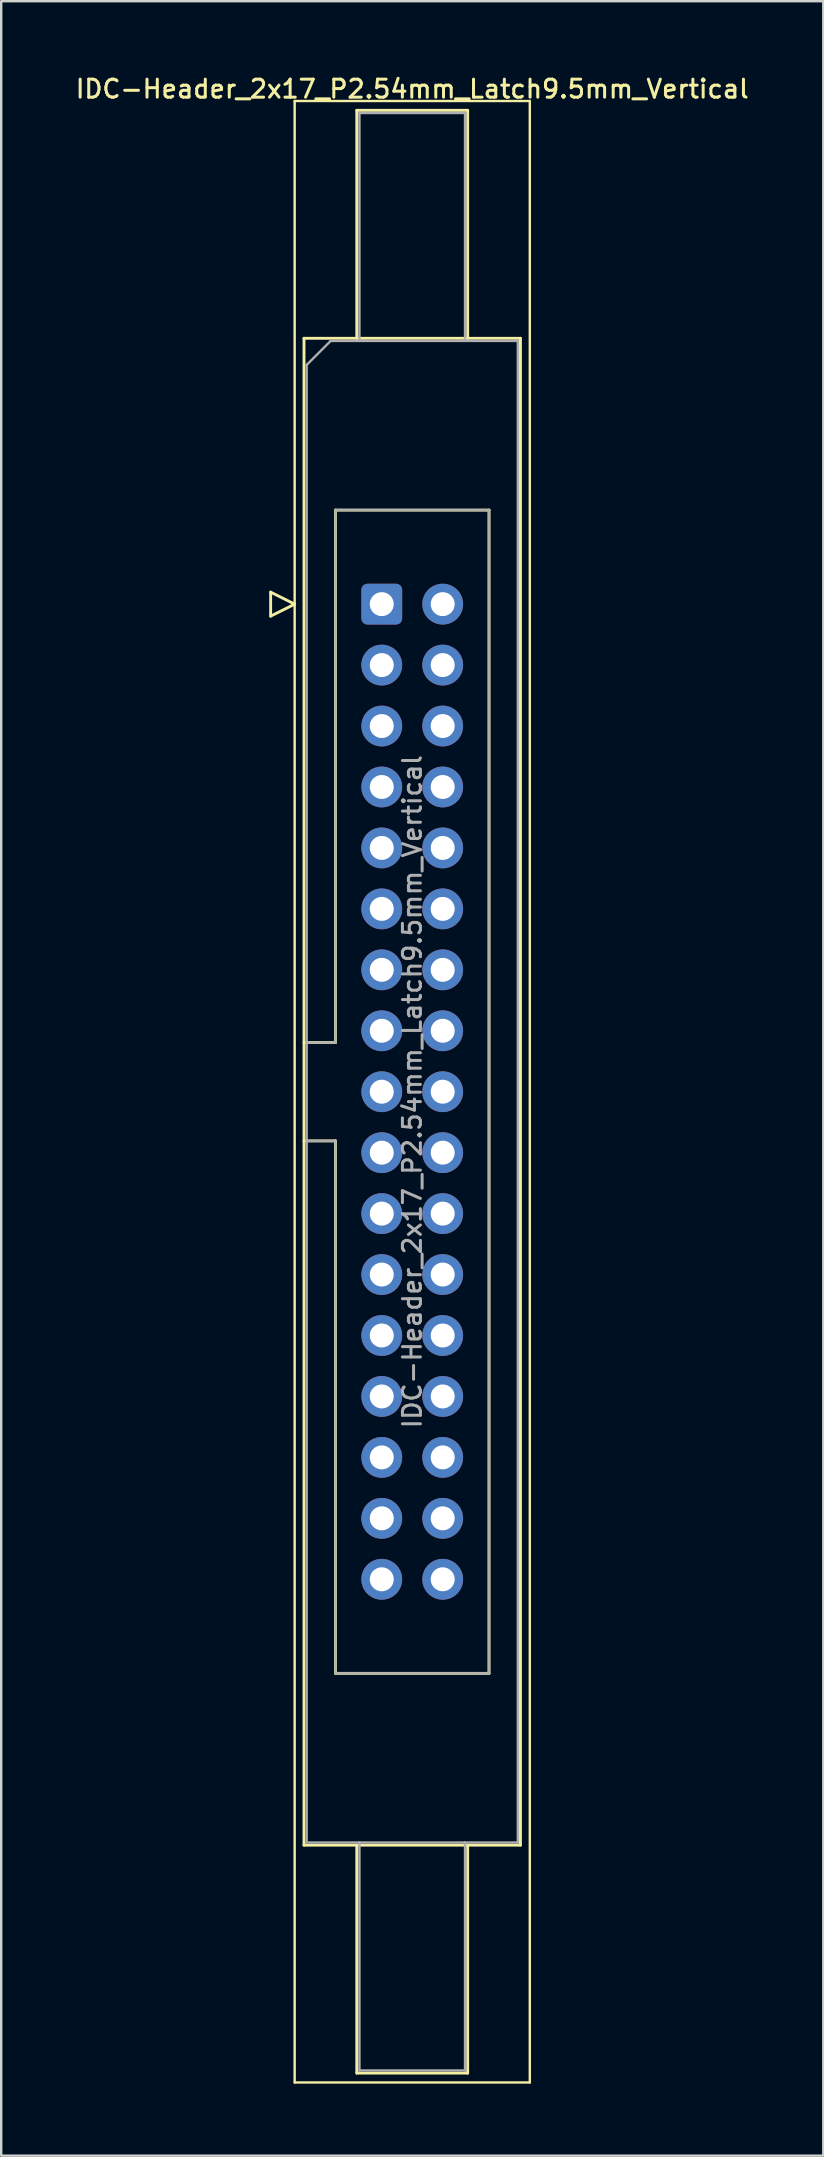
<source format=kicad_pcb>
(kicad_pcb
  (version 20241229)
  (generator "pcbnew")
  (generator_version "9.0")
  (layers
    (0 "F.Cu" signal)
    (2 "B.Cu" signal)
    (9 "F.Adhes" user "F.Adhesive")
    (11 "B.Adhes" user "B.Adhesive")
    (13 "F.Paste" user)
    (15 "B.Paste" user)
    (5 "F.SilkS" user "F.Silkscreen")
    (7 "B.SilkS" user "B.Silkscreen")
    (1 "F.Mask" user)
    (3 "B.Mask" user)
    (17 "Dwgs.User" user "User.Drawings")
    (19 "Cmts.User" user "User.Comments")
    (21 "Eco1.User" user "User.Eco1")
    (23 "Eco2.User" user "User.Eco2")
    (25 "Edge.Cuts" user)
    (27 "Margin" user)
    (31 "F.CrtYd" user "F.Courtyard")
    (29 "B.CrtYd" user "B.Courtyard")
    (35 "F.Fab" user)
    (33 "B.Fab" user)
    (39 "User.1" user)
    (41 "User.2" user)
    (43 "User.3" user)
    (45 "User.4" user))
  (footprint "IDC-Header_2x17_P2.54mm_Latch9.5mm_Vertical"
    (layer "F.Cu")
    (at 12.86 22.128)
    (property "Reference" "IDC-Header_2x17_P2.54mm_Latch9.5mm_Vertical" (at 1.27 -21.47 0) (layer "F.SilkS") (effects (font (size 0.75 0.75) (thickness 0.125))))
    (attr through_hole)
    (fp_line (start -4.63 -0.5) (end -4.63 0.5) (stroke (width 0.12) (type solid)) (layer "F.SilkS"))
    (fp_line (start -4.63 0.5) (end -3.63 0) (stroke (width 0.12) (type solid)) (layer "F.SilkS"))
    (fp_line (start -3.63 -20.97) (end -3.63 61.61) (stroke (width 0.1) (type solid)) (layer "F.SilkS"))
    (fp_line (start -3.63 0) (end -4.63 -0.5) (stroke (width 0.12) (type solid)) (layer "F.SilkS"))
    (fp_line (start -3.63 61.61) (end 6.17 61.61) (stroke (width 0.1) (type solid)) (layer "F.SilkS"))
    (fp_line (start -3.24 -11.08) (end 5.78 -11.08) (stroke (width 0.12) (type solid)) (layer "F.SilkS"))
    (fp_line (start -3.24 18.27) (end -1.93 18.27) (stroke (width 0.12) (type solid)) (layer "F.SilkS"))
    (fp_line (start -3.24 51.72) (end -3.24 -11.08) (stroke (width 0.12) (type solid)) (layer "F.SilkS"))
    (fp_line (start -1.93 -3.92) (end 4.47 -3.92) (stroke (width 0.12) (type solid)) (layer "F.SilkS"))
    (fp_line (start -1.93 18.27) (end -1.93 -3.92) (stroke (width 0.12) (type solid)) (layer "F.SilkS"))
    (fp_line (start -1.93 22.37) (end -3.24 22.37) (stroke (width 0.12) (type solid)) (layer "F.SilkS"))
    (fp_line (start -1.93 22.37) (end -1.93 22.37) (stroke (width 0.12) (type solid)) (layer "F.SilkS"))
    (fp_line (start -1.93 44.56) (end -1.93 22.37) (stroke (width 0.12) (type solid)) (layer "F.SilkS"))
    (fp_line (start -1.04 -20.58) (end 3.58 -20.58) (stroke (width 0.12) (type solid)) (layer "F.SilkS"))
    (fp_line (start -1.04 -11.08) (end -1.04 -20.58) (stroke (width 0.12) (type solid)) (layer "F.SilkS"))
    (fp_line (start -1.04 51.72) (end -1.04 61.22) (stroke (width 0.12) (type solid)) (layer "F.SilkS"))
    (fp_line (start -1.04 61.22) (end 3.58 61.22) (stroke (width 0.12) (type solid)) (layer "F.SilkS"))
    (fp_line (start 3.58 -20.58) (end 3.58 -11.08) (stroke (width 0.12) (type solid)) (layer "F.SilkS"))
    (fp_line (start 3.58 61.22) (end 3.58 51.72) (stroke (width 0.12) (type solid)) (layer "F.SilkS"))
    (fp_line (start 4.47 -3.92) (end 4.47 44.56) (stroke (width 0.12) (type solid)) (layer "F.SilkS"))
    (fp_line (start 4.47 44.56) (end -1.93 44.56) (stroke (width 0.12) (type solid)) (layer "F.SilkS"))
    (fp_line (start 5.78 -11.08) (end 5.78 51.72) (stroke (width 0.12) (type solid)) (layer "F.SilkS"))
    (fp_line (start 5.78 51.72) (end -3.24 51.72) (stroke (width 0.12) (type solid)) (layer "F.SilkS"))
    (fp_line (start 6.17 -20.97) (end -3.63 -20.97) (stroke (width 0.1) (type solid)) (layer "F.SilkS"))
    (fp_line (start 6.17 61.61) (end 6.17 -20.97) (stroke (width 0.1) (type solid)) (layer "F.SilkS"))
    (fp_line (start -3.13 -9.97) (end -2.13 -10.97) (stroke (width 0.1) (type solid)) (layer "F.Fab"))
    (fp_line (start -3.13 18.27) (end -1.93 18.27) (stroke (width 0.1) (type solid)) (layer "F.Fab"))
    (fp_line (start -3.13 51.61) (end -3.13 -9.97) (stroke (width 0.1) (type solid)) (layer "F.Fab"))
    (fp_line (start -2.13 -10.97) (end 5.67 -10.97) (stroke (width 0.1) (type solid)) (layer "F.Fab"))
    (fp_line (start -1.93 -3.92) (end 4.47 -3.92) (stroke (width 0.1) (type solid)) (layer "F.Fab"))
    (fp_line (start -1.93 18.27) (end -1.93 -3.92) (stroke (width 0.1) (type solid)) (layer "F.Fab"))
    (fp_line (start -1.93 22.37) (end -3.13 22.37) (stroke (width 0.1) (type solid)) (layer "F.Fab"))
    (fp_line (start -1.93 22.37) (end -1.93 22.37) (stroke (width 0.1) (type solid)) (layer "F.Fab"))
    (fp_line (start -1.93 44.56) (end -1.93 22.37) (stroke (width 0.1) (type solid)) (layer "F.Fab"))
    (fp_line (start -0.93 -20.47) (end 3.47 -20.47) (stroke (width 0.1) (type solid)) (layer "F.Fab"))
    (fp_line (start -0.93 -10.97) (end -0.93 -20.47) (stroke (width 0.1) (type solid)) (layer "F.Fab"))
    (fp_line (start -0.93 51.61) (end -0.93 61.11) (stroke (width 0.1) (type solid)) (layer "F.Fab"))
    (fp_line (start -0.93 61.11) (end 3.47 61.11) (stroke (width 0.1) (type solid)) (layer "F.Fab"))
    (fp_line (start 3.47 -20.47) (end 3.47 -10.97) (stroke (width 0.1) (type solid)) (layer "F.Fab"))
    (fp_line (start 3.47 61.11) (end 3.47 51.61) (stroke (width 0.1) (type solid)) (layer "F.Fab"))
    (fp_line (start 4.47 -3.92) (end 4.47 44.56) (stroke (width 0.1) (type solid)) (layer "F.Fab"))
    (fp_line (start 4.47 44.56) (end -1.93 44.56) (stroke (width 0.1) (type solid)) (layer "F.Fab"))
    (fp_line (start 5.67 -10.97) (end 5.67 51.61) (stroke (width 0.1) (type solid)) (layer "F.Fab"))
    (fp_line (start 5.67 51.61) (end -3.13 51.61) (stroke (width 0.1) (type solid)) (layer "F.Fab"))
    (fp_text user "${REFERENCE}" (at 1.27 20.32 90) (layer "F.Fab") (effects (font (size 0.75 0.75) (thickness 0.125))))
    (pad "1" thru_hole roundrect (at 0 0) (size 1.7 1.7) (drill 1) (layers "*.Cu" "*.Mask") (roundrect_rratio 0.147))
    (pad "2" thru_hole circle (at 2.54 0) (size 1.7 1.7) (drill 1) (layers "*.Cu" "*.Mask"))
    (pad "3" thru_hole circle (at 0 2.54) (size 1.7 1.7) (drill 1) (layers "*.Cu" "*.Mask"))
    (pad "4" thru_hole circle (at 2.54 2.54) (size 1.7 1.7) (drill 1) (layers "*.Cu" "*.Mask"))
    (pad "5" thru_hole circle (at 0 5.08) (size 1.7 1.7) (drill 1) (layers "*.Cu" "*.Mask"))
    (pad "6" thru_hole circle (at 2.54 5.08) (size 1.7 1.7) (drill 1) (layers "*.Cu" "*.Mask"))
    (pad "7" thru_hole circle (at 0 7.62) (size 1.7 1.7) (drill 1) (layers "*.Cu" "*.Mask"))
    (pad "8" thru_hole circle (at 2.54 7.62) (size 1.7 1.7) (drill 1) (layers "*.Cu" "*.Mask"))
    (pad "9" thru_hole circle (at 0 10.16) (size 1.7 1.7) (drill 1) (layers "*.Cu" "*.Mask"))
    (pad "10" thru_hole circle (at 2.54 10.16) (size 1.7 1.7) (drill 1) (layers "*.Cu" "*.Mask"))
    (pad "11" thru_hole circle (at 0 12.7) (size 1.7 1.7) (drill 1) (layers "*.Cu" "*.Mask"))
    (pad "12" thru_hole circle (at 2.54 12.7) (size 1.7 1.7) (drill 1) (layers "*.Cu" "*.Mask"))
    (pad "13" thru_hole circle (at 0 15.24) (size 1.7 1.7) (drill 1) (layers "*.Cu" "*.Mask"))
    (pad "14" thru_hole circle (at 2.54 15.24) (size 1.7 1.7) (drill 1) (layers "*.Cu" "*.Mask"))
    (pad "15" thru_hole circle (at 0 17.78) (size 1.7 1.7) (drill 1) (layers "*.Cu" "*.Mask"))
    (pad "16" thru_hole circle (at 2.54 17.78) (size 1.7 1.7) (drill 1) (layers "*.Cu" "*.Mask"))
    (pad "17" thru_hole circle (at 0 20.32) (size 1.7 1.7) (drill 1) (layers "*.Cu" "*.Mask"))
    (pad "18" thru_hole circle (at 2.54 20.32) (size 1.7 1.7) (drill 1) (layers "*.Cu" "*.Mask"))
    (pad "19" thru_hole circle (at 0 22.86) (size 1.7 1.7) (drill 1) (layers "*.Cu" "*.Mask"))
    (pad "20" thru_hole circle (at 2.54 22.86) (size 1.7 1.7) (drill 1) (layers "*.Cu" "*.Mask"))
    (pad "21" thru_hole circle (at 0 25.4) (size 1.7 1.7) (drill 1) (layers "*.Cu" "*.Mask"))
    (pad "22" thru_hole circle (at 2.54 25.4) (size 1.7 1.7) (drill 1) (layers "*.Cu" "*.Mask"))
    (pad "23" thru_hole circle (at 0 27.94) (size 1.7 1.7) (drill 1) (layers "*.Cu" "*.Mask"))
    (pad "24" thru_hole circle (at 2.54 27.94) (size 1.7 1.7) (drill 1) (layers "*.Cu" "*.Mask"))
    (pad "25" thru_hole circle (at 0 30.48) (size 1.7 1.7) (drill 1) (layers "*.Cu" "*.Mask"))
    (pad "26" thru_hole circle (at 2.54 30.48) (size 1.7 1.7) (drill 1) (layers "*.Cu" "*.Mask"))
    (pad "27" thru_hole circle (at 0 33.02) (size 1.7 1.7) (drill 1) (layers "*.Cu" "*.Mask"))
    (pad "28" thru_hole circle (at 2.54 33.02) (size 1.7 1.7) (drill 1) (layers "*.Cu" "*.Mask"))
    (pad "29" thru_hole circle (at 0 35.56) (size 1.7 1.7) (drill 1) (layers "*.Cu" "*.Mask"))
    (pad "30" thru_hole circle (at 2.54 35.56) (size 1.7 1.7) (drill 1) (layers "*.Cu" "*.Mask"))
    (pad "31" thru_hole circle (at 0 38.1) (size 1.7 1.7) (drill 1) (layers "*.Cu" "*.Mask"))
    (pad "32" thru_hole circle (at 2.54 38.1) (size 1.7 1.7) (drill 1) (layers "*.Cu" "*.Mask"))
    (pad "33" thru_hole circle (at 0 40.64) (size 1.7 1.7) (drill 1) (layers "*.Cu" "*.Mask"))
    (pad "34" thru_hole circle (at 2.54 40.64) (size 1.7 1.7) (drill 1) (layers "*.Cu" "*.Mask")))
  (gr_rect
    (start -3 -3)
    (end 31.261 86.788)
    (stroke (width 0.1) (type default))
    (fill no)
    (layer "Edge.Cuts")))
</source>
